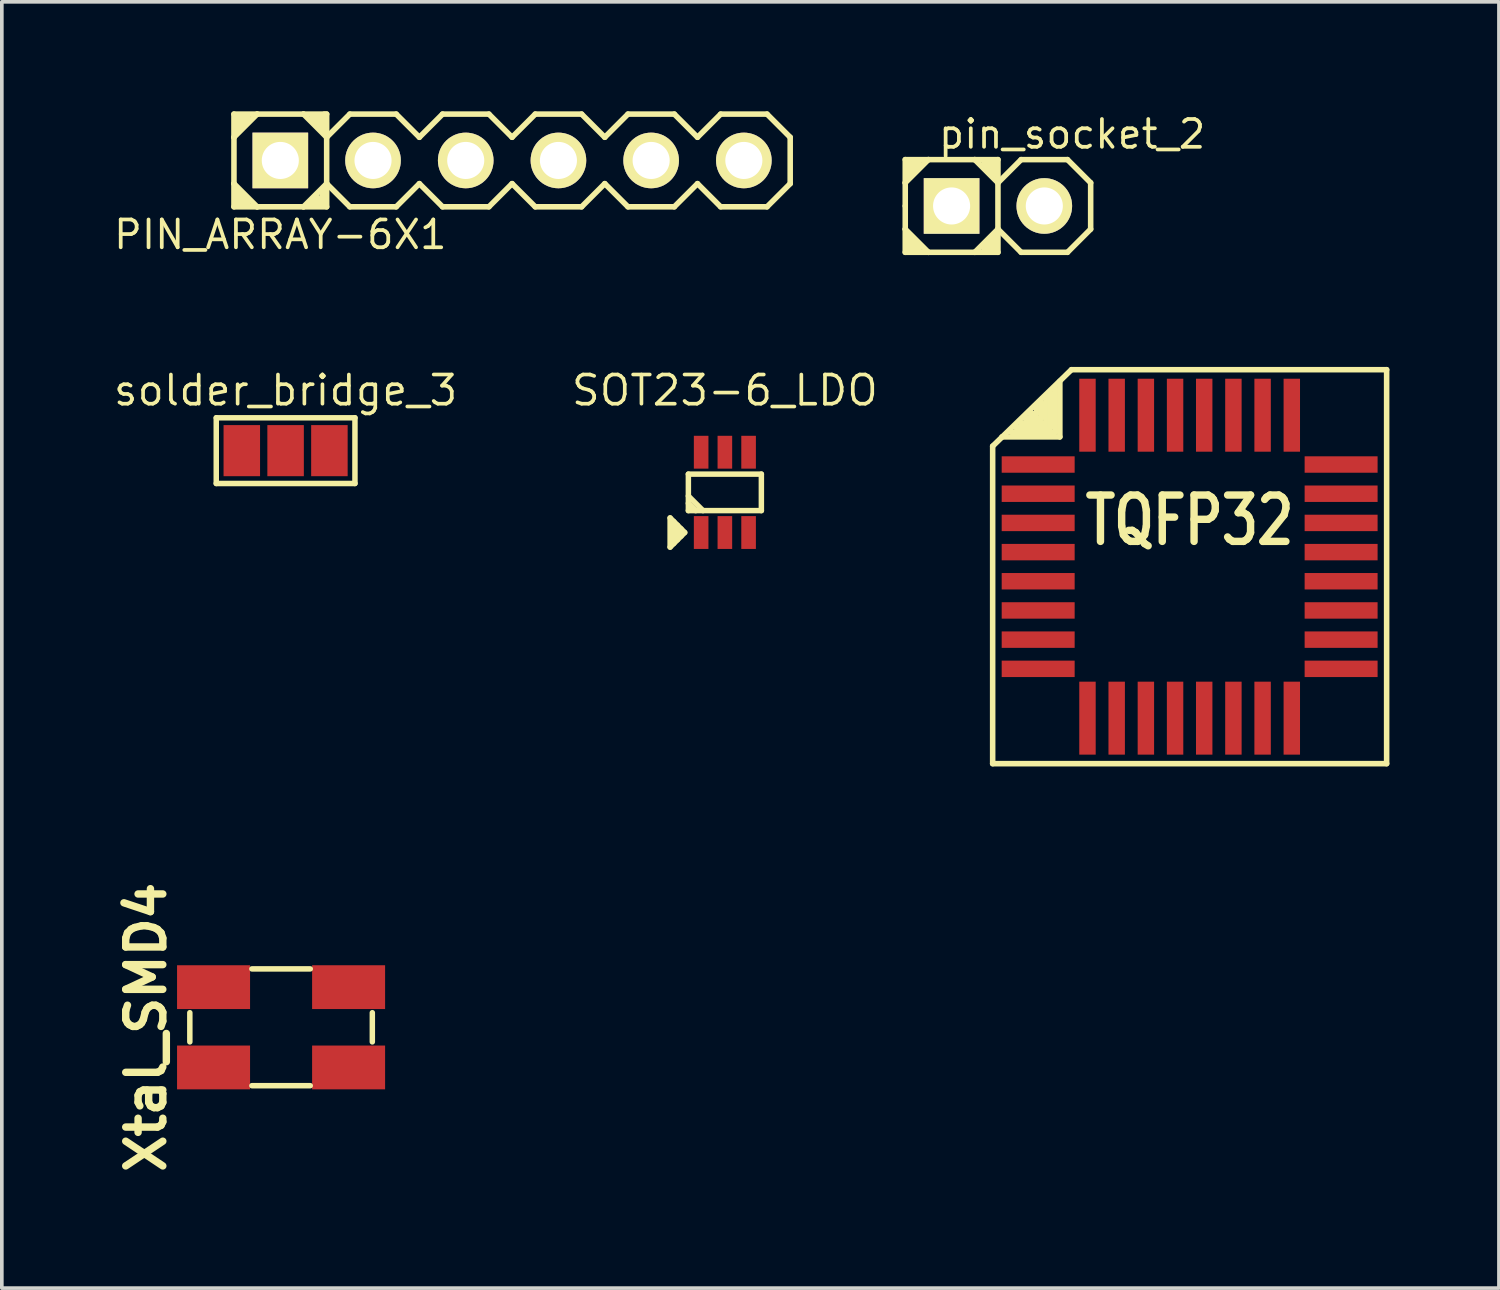
<source format=kicad_pcb>
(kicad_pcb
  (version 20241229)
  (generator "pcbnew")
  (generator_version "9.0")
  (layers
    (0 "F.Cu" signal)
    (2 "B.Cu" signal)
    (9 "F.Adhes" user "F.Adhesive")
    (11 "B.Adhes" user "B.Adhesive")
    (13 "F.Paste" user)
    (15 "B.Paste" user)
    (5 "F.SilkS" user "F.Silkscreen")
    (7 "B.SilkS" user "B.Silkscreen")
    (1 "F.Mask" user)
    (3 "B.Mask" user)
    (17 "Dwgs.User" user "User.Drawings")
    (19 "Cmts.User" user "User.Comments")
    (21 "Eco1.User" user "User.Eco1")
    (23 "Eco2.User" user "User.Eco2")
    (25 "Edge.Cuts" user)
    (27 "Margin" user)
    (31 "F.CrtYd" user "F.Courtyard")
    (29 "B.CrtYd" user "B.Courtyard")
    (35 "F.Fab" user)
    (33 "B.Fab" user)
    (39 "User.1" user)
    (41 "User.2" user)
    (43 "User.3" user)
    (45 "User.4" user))
  (footprint "pin_socket_2"
    (layer "F.Cu")
    (at 24.292 2.593)
    (property "Reference" "pin_socket_2" (at 2.032 -1.968 0) (layer "F.SilkS") (effects (font (size 0.762 0.762) (thickness 0.102))))
    (attr through_hole)
    (fp_line (start -2.54 -1.27) (end -1.905 -1.27) (stroke (width 0.152) (type solid)) (layer "F.SilkS"))
    (fp_line (start -2.54 -0.635) (end -2.54 -1.27) (stroke (width 0.152) (type solid)) (layer "F.SilkS"))
    (fp_line (start -2.54 -0.635) (end -2.54 0) (stroke (width 0.152) (type solid)) (layer "F.SilkS"))
    (fp_line (start -2.54 0) (end -2.54 0.635) (stroke (width 0.152) (type solid)) (layer "F.SilkS"))
    (fp_line (start -2.54 0.635) (end -1.905 1.27) (stroke (width 0.152) (type solid)) (layer "F.SilkS"))
    (fp_line (start -2.54 1.27) (end -2.54 0.635) (stroke (width 0.152) (type solid)) (layer "F.SilkS"))
    (fp_line (start -2.413 -1.206) (end -2.413 -0.826) (stroke (width 0.152) (type solid)) (layer "F.SilkS"))
    (fp_line (start -2.413 1.206) (end -2.413 0.826) (stroke (width 0.152) (type solid)) (layer "F.SilkS"))
    (fp_line (start -2.286 -1.206) (end -2.286 -0.953) (stroke (width 0.152) (type solid)) (layer "F.SilkS"))
    (fp_line (start -2.286 1.206) (end -2.286 0.953) (stroke (width 0.152) (type solid)) (layer "F.SilkS"))
    (fp_line (start -2.159 -1.206) (end -2.159 -1.079) (stroke (width 0.152) (type solid)) (layer "F.SilkS"))
    (fp_line (start -2.159 1.206) (end -2.159 1.079) (stroke (width 0.152) (type solid)) (layer "F.SilkS"))
    (fp_line (start -1.905 -1.27) (end -2.54 -0.635) (stroke (width 0.152) (type solid)) (layer "F.SilkS"))
    (fp_line (start -1.905 1.27) (end -2.54 1.27) (stroke (width 0.152) (type solid)) (layer "F.SilkS"))
    (fp_line (start -1.905 1.27) (end -0.635 1.27) (stroke (width 0.152) (type solid)) (layer "F.SilkS"))
    (fp_line (start -0.635 -1.27) (end -1.905 -1.27) (stroke (width 0.152) (type solid)) (layer "F.SilkS"))
    (fp_line (start -0.635 -1.27) (end 0 -1.27) (stroke (width 0.152) (type solid)) (layer "F.SilkS"))
    (fp_line (start -0.635 1.27) (end 0 0.635) (stroke (width 0.152) (type solid)) (layer "F.SilkS"))
    (fp_line (start -0.381 -1.206) (end -0.381 -1.079) (stroke (width 0.152) (type solid)) (layer "F.SilkS"))
    (fp_line (start -0.381 1.206) (end -0.381 1.079) (stroke (width 0.152) (type solid)) (layer "F.SilkS"))
    (fp_line (start -0.254 -1.206) (end -0.254 -0.953) (stroke (width 0.152) (type solid)) (layer "F.SilkS"))
    (fp_line (start -0.254 1.206) (end -0.254 0.953) (stroke (width 0.152) (type solid)) (layer "F.SilkS"))
    (fp_line (start -0.127 -1.206) (end -0.127 -0.826) (stroke (width 0.152) (type solid)) (layer "F.SilkS"))
    (fp_line (start -0.127 1.206) (end -0.127 0.826) (stroke (width 0.152) (type solid)) (layer "F.SilkS"))
    (fp_line (start 0 -1.27) (end 0 -0.699) (stroke (width 0.152) (type solid)) (layer "F.SilkS"))
    (fp_line (start 0 -0.635) (end -0.635 -1.27) (stroke (width 0.152) (type solid)) (layer "F.SilkS"))
    (fp_line (start 0 -0.635) (end 0 0.635) (stroke (width 0.152) (type solid)) (layer "F.SilkS"))
    (fp_line (start 0 0.635) (end 0 1.27) (stroke (width 0.152) (type solid)) (layer "F.SilkS"))
    (fp_line (start 0 0.635) (end 0.635 1.27) (stroke (width 0.152) (type solid)) (layer "F.SilkS"))
    (fp_line (start 0 1.27) (end -0.635 1.27) (stroke (width 0.152) (type solid)) (layer "F.SilkS"))
    (fp_line (start 0.635 -1.27) (end 0 -0.635) (stroke (width 0.152) (type solid)) (layer "F.SilkS"))
    (fp_line (start 0.635 1.27) (end 1.905 1.27) (stroke (width 0.152) (type solid)) (layer "F.SilkS"))
    (fp_line (start 1.905 -1.27) (end 0.635 -1.27) (stroke (width 0.152) (type solid)) (layer "F.SilkS"))
    (fp_line (start 1.905 1.27) (end 2.54 0.635) (stroke (width 0.152) (type solid)) (layer "F.SilkS"))
    (fp_line (start 2.54 -0.635) (end 1.905 -1.27) (stroke (width 0.152) (type solid)) (layer "F.SilkS"))
    (fp_line (start 2.54 0.635) (end 2.54 -0.635) (stroke (width 0.152) (type solid)) (layer "F.SilkS"))
    (pad "1" thru_hole rect (at -1.27 0) (size 1.524 1.524) (drill 1.016) (layers "*.Cu" "*.Mask" "F.SilkS"))
    (pad "2" thru_hole circle (at 1.27 0) (size 1.524 1.524) (drill 1.016) (layers "*.Cu" "*.Mask" "F.SilkS")))
  (footprint "PIN_ARRAY-6X1"
    (layer "F.Cu")
    (at 10.98 1.346)
    (property "Reference" "PIN_ARRAY-6X1" (at -6.35 2.032 0) (layer "F.SilkS") (effects (font (size 0.762 0.762) (thickness 0.102))))
    (attr through_hole)
    (fp_line (start -7.62 -1.27) (end -6.985 -1.27) (stroke (width 0.152) (type solid)) (layer "F.SilkS"))
    (fp_line (start -7.62 -0.635) (end -7.62 -1.27) (stroke (width 0.152) (type solid)) (layer "F.SilkS"))
    (fp_line (start -7.62 -0.635) (end -7.62 0.635) (stroke (width 0.152) (type solid)) (layer "F.SilkS"))
    (fp_line (start -7.62 0.635) (end -7.62 1.27) (stroke (width 0.152) (type solid)) (layer "F.SilkS"))
    (fp_line (start -7.62 0.635) (end -6.985 1.27) (stroke (width 0.152) (type solid)) (layer "F.SilkS"))
    (fp_line (start -7.62 1.27) (end -6.985 1.27) (stroke (width 0.152) (type solid)) (layer "F.SilkS"))
    (fp_line (start -7.493 -1.206) (end -7.493 -0.826) (stroke (width 0.152) (type solid)) (layer "F.SilkS"))
    (fp_line (start -7.493 1.206) (end -7.493 0.826) (stroke (width 0.152) (type solid)) (layer "F.SilkS"))
    (fp_line (start -7.366 -1.206) (end -7.366 -0.953) (stroke (width 0.152) (type solid)) (layer "F.SilkS"))
    (fp_line (start -7.366 1.206) (end -7.366 0.953) (stroke (width 0.152) (type solid)) (layer "F.SilkS"))
    (fp_line (start -7.239 -1.206) (end -7.239 -1.079) (stroke (width 0.152) (type solid)) (layer "F.SilkS"))
    (fp_line (start -7.239 1.206) (end -7.239 1.079) (stroke (width 0.152) (type solid)) (layer "F.SilkS"))
    (fp_line (start -6.985 -1.27) (end -7.62 -0.635) (stroke (width 0.152) (type solid)) (layer "F.SilkS"))
    (fp_line (start -6.985 1.27) (end -5.715 1.27) (stroke (width 0.152) (type solid)) (layer "F.SilkS"))
    (fp_line (start -5.715 -1.27) (end -6.985 -1.27) (stroke (width 0.152) (type solid)) (layer "F.SilkS"))
    (fp_line (start -5.715 -1.27) (end -5.144 -1.27) (stroke (width 0.152) (type solid)) (layer "F.SilkS"))
    (fp_line (start -5.715 1.27) (end -5.08 0.635) (stroke (width 0.152) (type solid)) (layer "F.SilkS"))
    (fp_line (start -5.461 -1.206) (end -5.461 -1.079) (stroke (width 0.152) (type solid)) (layer "F.SilkS"))
    (fp_line (start -5.461 1.206) (end -5.461 1.079) (stroke (width 0.152) (type solid)) (layer "F.SilkS"))
    (fp_line (start -5.334 -1.206) (end -5.334 -0.953) (stroke (width 0.152) (type solid)) (layer "F.SilkS"))
    (fp_line (start -5.334 1.206) (end -5.334 1.016) (stroke (width 0.152) (type solid)) (layer "F.SilkS"))
    (fp_line (start -5.207 -1.206) (end -5.207 -0.826) (stroke (width 0.152) (type solid)) (layer "F.SilkS"))
    (fp_line (start -5.207 1.206) (end -5.207 0.826) (stroke (width 0.152) (type solid)) (layer "F.SilkS"))
    (fp_line (start -5.144 -1.27) (end -5.08 -1.27) (stroke (width 0.152) (type solid)) (layer "F.SilkS"))
    (fp_line (start -5.08 -1.27) (end -5.08 -0.699) (stroke (width 0.152) (type solid)) (layer "F.SilkS"))
    (fp_line (start -5.08 -0.635) (end -5.715 -1.27) (stroke (width 0.152) (type solid)) (layer "F.SilkS"))
    (fp_line (start -5.08 -0.635) (end -5.08 0.635) (stroke (width 0.152) (type solid)) (layer "F.SilkS"))
    (fp_line (start -5.08 0.635) (end -5.08 1.27) (stroke (width 0.152) (type solid)) (layer "F.SilkS"))
    (fp_line (start -5.08 0.635) (end -4.445 1.27) (stroke (width 0.152) (type solid)) (layer "F.SilkS"))
    (fp_line (start -5.08 1.27) (end -5.715 1.27) (stroke (width 0.152) (type solid)) (layer "F.SilkS"))
    (fp_line (start -4.445 -1.27) (end -5.08 -0.635) (stroke (width 0.152) (type solid)) (layer "F.SilkS"))
    (fp_line (start -4.445 1.27) (end -3.175 1.27) (stroke (width 0.152) (type solid)) (layer "F.SilkS"))
    (fp_line (start -3.175 -1.27) (end -4.445 -1.27) (stroke (width 0.152) (type solid)) (layer "F.SilkS"))
    (fp_line (start -3.175 1.27) (end -2.54 0.635) (stroke (width 0.152) (type solid)) (layer "F.SilkS"))
    (fp_line (start -2.54 -0.635) (end -3.175 -1.27) (stroke (width 0.152) (type solid)) (layer "F.SilkS"))
    (fp_line (start -2.54 0.635) (end -1.905 1.27) (stroke (width 0.152) (type solid)) (layer "F.SilkS"))
    (fp_line (start -1.905 -1.27) (end -2.54 -0.635) (stroke (width 0.152) (type solid)) (layer "F.SilkS"))
    (fp_line (start -1.905 1.27) (end -0.635 1.27) (stroke (width 0.152) (type solid)) (layer "F.SilkS"))
    (fp_line (start -0.635 -1.27) (end -1.905 -1.27) (stroke (width 0.152) (type solid)) (layer "F.SilkS"))
    (fp_line (start -0.635 1.27) (end 0 0.635) (stroke (width 0.152) (type solid)) (layer "F.SilkS"))
    (fp_line (start 0 -0.635) (end -0.635 -1.27) (stroke (width 0.152) (type solid)) (layer "F.SilkS"))
    (fp_line (start 0 0.635) (end 0.635 1.27) (stroke (width 0.152) (type solid)) (layer "F.SilkS"))
    (fp_line (start 0.635 -1.27) (end 0 -0.635) (stroke (width 0.152) (type solid)) (layer "F.SilkS"))
    (fp_line (start 0.635 1.27) (end 1.905 1.27) (stroke (width 0.152) (type solid)) (layer "F.SilkS"))
    (fp_line (start 1.905 -1.27) (end 0.635 -1.27) (stroke (width 0.152) (type solid)) (layer "F.SilkS"))
    (fp_line (start 1.905 1.27) (end 2.54 0.635) (stroke (width 0.152) (type solid)) (layer "F.SilkS"))
    (fp_line (start 2.54 -0.635) (end 1.905 -1.27) (stroke (width 0.152) (type solid)) (layer "F.SilkS"))
    (fp_line (start 2.54 0.635) (end 3.175 1.27) (stroke (width 0.152) (type solid)) (layer "F.SilkS"))
    (fp_line (start 3.175 -1.27) (end 2.54 -0.635) (stroke (width 0.152) (type solid)) (layer "F.SilkS"))
    (fp_line (start 3.175 1.27) (end 4.445 1.27) (stroke (width 0.152) (type solid)) (layer "F.SilkS"))
    (fp_line (start 4.445 -1.27) (end 3.175 -1.27) (stroke (width 0.152) (type solid)) (layer "F.SilkS"))
    (fp_line (start 4.445 1.27) (end 5.08 0.635) (stroke (width 0.152) (type solid)) (layer "F.SilkS"))
    (fp_line (start 5.08 -0.635) (end 4.445 -1.27) (stroke (width 0.152) (type solid)) (layer "F.SilkS"))
    (fp_line (start 5.08 0.635) (end 5.715 1.27) (stroke (width 0.152) (type solid)) (layer "F.SilkS"))
    (fp_line (start 5.715 -1.27) (end 5.08 -0.635) (stroke (width 0.152) (type solid)) (layer "F.SilkS"))
    (fp_line (start 5.715 1.27) (end 6.985 1.27) (stroke (width 0.152) (type solid)) (layer "F.SilkS"))
    (fp_line (start 6.985 -1.27) (end 5.715 -1.27) (stroke (width 0.152) (type solid)) (layer "F.SilkS"))
    (fp_line (start 6.985 1.27) (end 7.62 0.635) (stroke (width 0.152) (type solid)) (layer "F.SilkS"))
    (fp_line (start 7.62 -0.635) (end 6.985 -1.27) (stroke (width 0.152) (type solid)) (layer "F.SilkS"))
    (fp_line (start 7.62 0.635) (end 7.62 -0.635) (stroke (width 0.152) (type solid)) (layer "F.SilkS"))
    (pad "1" thru_hole rect (at -6.35 0) (size 1.524 1.524) (drill 1.016) (layers "*.Cu" "*.Mask" "F.SilkS"))
    (pad "2" thru_hole circle (at -3.81 0) (size 1.524 1.524) (drill 1.016) (layers "*.Cu" "*.Mask" "F.SilkS"))
    (pad "3" thru_hole circle (at -1.27 0) (size 1.524 1.524) (drill 1.016) (layers "*.Cu" "*.Mask" "F.SilkS"))
    (pad "4" thru_hole circle (at 1.27 0) (size 1.524 1.524) (drill 1.016) (layers "*.Cu" "*.Mask" "F.SilkS"))
    (pad "5" thru_hole circle (at 3.81 0) (size 1.524 1.524) (drill 1.016) (layers "*.Cu" "*.Mask" "F.SilkS"))
    (pad "6" thru_hole circle (at 6.35 0) (size 1.524 1.524) (drill 1.016) (layers "*.Cu" "*.Mask" "F.SilkS")))
  (footprint "Xtal_SMD4"
    (layer "F.Cu")
    (at 4.651 25.096)
    (property "Reference" "Xtal_SMD4" (at -3.7 0 270) (layer "F.SilkS") (effects (font (size 1.016 1.016) (thickness 0.203))))
    (attr smd)
    (fp_line (start -2.5 -0.4) (end -2.5 0.4) (stroke (width 0.15) (type solid)) (layer "F.SilkS"))
    (fp_line (start -0.8 1.6) (end 0.8 1.6) (stroke (width 0.15) (type solid)) (layer "F.SilkS"))
    (fp_line (start 0.8 -1.6) (end -0.8 -1.6) (stroke (width 0.15) (type solid)) (layer "F.SilkS"))
    (fp_line (start 2.5 0.4) (end 2.5 -0.4) (stroke (width 0.15) (type solid)) (layer "F.SilkS"))
    (pad "1" smd rect (at -1.85 1.1) (size 2 1.2) (layers "F.Cu" "F.Mask" "F.Paste"))
    (pad "2" smd rect (at 1.85 -1.1) (size 2 1.2) (layers "F.Cu" "F.Mask" "F.Paste"))
    (pad "3" smd rect (at -1.85 -1.1) (size 2 1.2) (layers "F.Cu" "F.Mask" "F.Paste"))
    (pad "3" smd rect (at 1.85 1.1) (size 2 1.2) (layers "F.Cu" "F.Mask" "F.Paste")))
  (footprint "SOT23-6_LDO"
    (layer "F.Cu")
    (at 16.81 10.44)
    (property "Reference" "SOT23-6_LDO" (at 0 -2.794 0) (layer "F.SilkS") (effects (font (size 0.8 0.8) (thickness 0.1))))
    (attr smd)
    (fp_line (start -1.5 0.7) (end -1.1 1.1) (stroke (width 0.15) (type solid)) (layer "F.SilkS"))
    (fp_line (start -1.5 1.5) (end -1.5 0.7) (stroke (width 0.15) (type solid)) (layer "F.SilkS"))
    (fp_line (start -1.4 0.8) (end -1.4 1.4) (stroke (width 0.15) (type solid)) (layer "F.SilkS"))
    (fp_line (start -1.3 0.9) (end -1.3 1.3) (stroke (width 0.15) (type solid)) (layer "F.SilkS"))
    (fp_line (start -1.2 1) (end -1.2 1.2) (stroke (width 0.15) (type solid)) (layer "F.SilkS"))
    (fp_line (start -1.1 1.1) (end -1.5 1.5) (stroke (width 0.15) (type solid)) (layer "F.SilkS"))
    (fp_line (start -1 -0.5) (end -1 0.5) (stroke (width 0.15) (type solid)) (layer "F.SilkS"))
    (fp_line (start -1 0.3) (end -0.8 0.5) (stroke (width 0.15) (type solid)) (layer "F.SilkS"))
    (fp_line (start -1 0.5) (end 1 0.5) (stroke (width 0.15) (type solid)) (layer "F.SilkS"))
    (fp_line (start -0.6 0.5) (end -1 0.1) (stroke (width 0.15) (type solid)) (layer "F.SilkS"))
    (fp_line (start 1 -0.5) (end -1 -0.5) (stroke (width 0.15) (type solid)) (layer "F.SilkS"))
    (fp_line (start 1 0.5) (end 1 -0.5) (stroke (width 0.15) (type solid)) (layer "F.SilkS"))
    (pad "1" smd rect (at -0.65 1.1) (size 0.4 0.9) (layers "F.Cu" "F.Mask" "F.Paste"))
    (pad "2" smd rect (at 0 1.1) (size 0.4 0.9) (layers "F.Cu" "F.Mask" "F.Paste"))
    (pad "3" smd rect (at 0.65 1.1) (size 0.4 0.9) (layers "F.Cu" "F.Mask" "F.Paste"))
    (pad "4" smd rect (at 0.65 -1.1) (size 0.4 0.9) (layers "F.Cu" "F.Mask" "F.Paste"))
    (pad "5" smd rect (at 0 -1.1) (size 0.4 0.9) (layers "F.Cu" "F.Mask" "F.Paste"))
    (pad "6" smd rect (at -0.65 -1.1) (size 0.4 0.9) (layers "F.Cu" "F.Mask" "F.Paste")))
  (footprint "solder_bridge_3"
    (layer "F.Cu")
    (at 4.775 9.297)
    (property "Reference" "solder_bridge_3" (at 0 -1.651 0) (layer "F.SilkS") (effects (font (size 0.8 0.8) (thickness 0.1))))
    (attr smd)
    (fp_line (start -1.9 -0.9) (end 1.9 -0.9) (stroke (width 0.15) (type solid)) (layer "F.SilkS"))
    (fp_line (start -1.9 0.9) (end -1.9 -0.9) (stroke (width 0.15) (type solid)) (layer "F.SilkS"))
    (fp_line (start 1.9 -0.9) (end 1.9 0.9) (stroke (width 0.15) (type solid)) (layer "F.SilkS"))
    (fp_line (start 1.9 0.9) (end -1.9 0.9) (stroke (width 0.15) (type solid)) (layer "F.SilkS"))
    (pad "1" smd rect (at 1.2 0) (size 1 1.4) (layers "F.Cu" "F.Mask" "F.Paste"))
    (pad "2" smd rect (at 0 0) (size 1 1.4) (layers "F.Cu" "F.Mask" "F.Paste"))
    (pad "3" smd rect (at -1.2 0) (size 1 1.4) (layers "F.Cu" "F.Mask" "F.Paste")))
  (footprint "TQFP32"
    (layer "F.Cu")
    (at 29.544 12.476)
    (property "Reference" "TQFP32" (at 0 -1.27 0) (layer "F.SilkS") (effects (font (size 1.27 1.016) (thickness 0.203))))
    (attr smd)
    (fp_line (start -5.397 -3.302) (end -3.239 -5.397) (stroke (width 0.152) (type solid)) (layer "F.SilkS"))
    (fp_line (start -5.397 5.397) (end -5.397 -3.302) (stroke (width 0.152) (type solid)) (layer "F.SilkS"))
    (fp_line (start -5.144 -3.556) (end -3.556 -3.556) (stroke (width 0.152) (type solid)) (layer "F.SilkS"))
    (fp_line (start -4.191 -4.191) (end -4.381 -4.191) (stroke (width 0.152) (type solid)) (layer "F.SilkS"))
    (fp_line (start -4.191 -4.191) (end -4.191 -4.381) (stroke (width 0.152) (type solid)) (layer "F.SilkS"))
    (fp_line (start -4.064 -4.064) (end -4.508 -4.064) (stroke (width 0.152) (type solid)) (layer "F.SilkS"))
    (fp_line (start -4.064 -4.064) (end -4.064 -4.508) (stroke (width 0.152) (type solid)) (layer "F.SilkS"))
    (fp_line (start -3.937 -3.937) (end -4.636 -3.937) (stroke (width 0.152) (type solid)) (layer "F.SilkS"))
    (fp_line (start -3.937 -3.937) (end -3.937 -4.636) (stroke (width 0.152) (type solid)) (layer "F.SilkS"))
    (fp_line (start -3.81 -3.81) (end -4.763 -3.81) (stroke (width 0.152) (type solid)) (layer "F.SilkS"))
    (fp_line (start -3.81 -3.81) (end -3.81 -4.763) (stroke (width 0.152) (type solid)) (layer "F.SilkS"))
    (fp_line (start -3.683 -3.683) (end -4.889 -3.683) (stroke (width 0.152) (type solid)) (layer "F.SilkS"))
    (fp_line (start -3.683 -3.683) (end -3.683 -4.889) (stroke (width 0.152) (type solid)) (layer "F.SilkS"))
    (fp_line (start -3.556 -3.556) (end -3.556 -5.08) (stroke (width 0.152) (type solid)) (layer "F.SilkS"))
    (fp_line (start -3.239 -5.397) (end 5.397 -5.397) (stroke (width 0.152) (type solid)) (layer "F.SilkS"))
    (fp_line (start 5.397 -5.397) (end 5.397 5.397) (stroke (width 0.152) (type solid)) (layer "F.SilkS"))
    (fp_line (start 5.397 5.397) (end -5.397 5.397) (stroke (width 0.152) (type solid)) (layer "F.SilkS"))
    (pad "1" smd rect (at -4.15 -2.799) (size 1.999 0.45) (layers "F.Cu" "F.Mask" "F.Paste"))
    (pad "2" smd rect (at -4.15 -1.999) (size 1.999 0.45) (layers "F.Cu" "F.Mask" "F.Paste"))
    (pad "3" smd rect (at -4.15 -1.199) (size 1.999 0.45) (layers "F.Cu" "F.Mask" "F.Paste"))
    (pad "4" smd rect (at -4.15 -0.399) (size 1.999 0.45) (layers "F.Cu" "F.Mask" "F.Paste"))
    (pad "5" smd rect (at -4.15 0.399) (size 1.999 0.45) (layers "F.Cu" "F.Mask" "F.Paste"))
    (pad "6" smd rect (at -4.15 1.199) (size 1.999 0.45) (layers "F.Cu" "F.Mask" "F.Paste"))
    (pad "7" smd rect (at -4.15 1.999) (size 1.999 0.45) (layers "F.Cu" "F.Mask" "F.Paste"))
    (pad "8" smd rect (at -4.15 2.799) (size 1.999 0.45) (layers "F.Cu" "F.Mask" "F.Paste"))
    (pad "9" smd rect (at -2.799 4.15 90) (size 1.999 0.45) (layers "F.Cu" "F.Mask" "F.Paste"))
    (pad "10" smd rect (at -1.999 4.15 90) (size 1.999 0.45) (layers "F.Cu" "F.Mask" "F.Paste"))
    (pad "11" smd rect (at -1.199 4.15 90) (size 1.999 0.45) (layers "F.Cu" "F.Mask" "F.Paste"))
    (pad "12" smd rect (at -0.399 4.15 90) (size 1.999 0.45) (layers "F.Cu" "F.Mask" "F.Paste"))
    (pad "13" smd rect (at 0.399 4.15 90) (size 1.999 0.45) (layers "F.Cu" "F.Mask" "F.Paste"))
    (pad "14" smd rect (at 1.199 4.15 90) (size 1.999 0.45) (layers "F.Cu" "F.Mask" "F.Paste"))
    (pad "15" smd rect (at 1.999 4.15 90) (size 1.999 0.45) (layers "F.Cu" "F.Mask" "F.Paste"))
    (pad "16" smd rect (at 2.799 4.15 90) (size 1.999 0.45) (layers "F.Cu" "F.Mask" "F.Paste"))
    (pad "17" smd rect (at 4.15 2.799) (size 1.999 0.45) (layers "F.Cu" "F.Mask" "F.Paste"))
    (pad "18" smd rect (at 4.15 1.999) (size 1.999 0.45) (layers "F.Cu" "F.Mask" "F.Paste"))
    (pad "19" smd rect (at 4.15 1.199) (size 1.999 0.45) (layers "F.Cu" "F.Mask" "F.Paste"))
    (pad "20" smd rect (at 4.15 0.399) (size 1.999 0.45) (layers "F.Cu" "F.Mask" "F.Paste"))
    (pad "21" smd rect (at 4.15 -0.399) (size 1.999 0.45) (layers "F.Cu" "F.Mask" "F.Paste"))
    (pad "22" smd rect (at 4.15 -1.199) (size 1.999 0.45) (layers "F.Cu" "F.Mask" "F.Paste"))
    (pad "23" smd rect (at 4.15 -1.999) (size 1.999 0.45) (layers "F.Cu" "F.Mask" "F.Paste"))
    (pad "24" smd rect (at 4.15 -2.799) (size 1.999 0.45) (layers "F.Cu" "F.Mask" "F.Paste"))
    (pad "25" smd rect (at 2.799 -4.15 90) (size 1.999 0.45) (layers "F.Cu" "F.Mask" "F.Paste"))
    (pad "26" smd rect (at 1.999 -4.15 90) (size 1.999 0.45) (layers "F.Cu" "F.Mask" "F.Paste"))
    (pad "27" smd rect (at 1.199 -4.15 90) (size 1.999 0.45) (layers "F.Cu" "F.Mask" "F.Paste"))
    (pad "28" smd rect (at 0.399 -4.15 90) (size 1.999 0.45) (layers "F.Cu" "F.Mask" "F.Paste"))
    (pad "29" smd rect (at -0.399 -4.15 90) (size 1.999 0.45) (layers "F.Cu" "F.Mask" "F.Paste"))
    (pad "30" smd rect (at -1.199 -4.15 90) (size 1.999 0.45) (layers "F.Cu" "F.Mask" "F.Paste"))
    (pad "31" smd rect (at -1.999 -4.15 90) (size 1.999 0.45) (layers "F.Cu" "F.Mask" "F.Paste"))
    (pad "32" smd rect (at -2.799 -4.15 90) (size 1.999 0.45) (layers "F.Cu" "F.Mask" "F.Paste")))
  (gr_rect
    (start -3 -3)
    (end 38.018 32.242)
    (stroke (width 0.1) (type default))
    (fill no)
    (layer "Edge.Cuts")))
</source>
